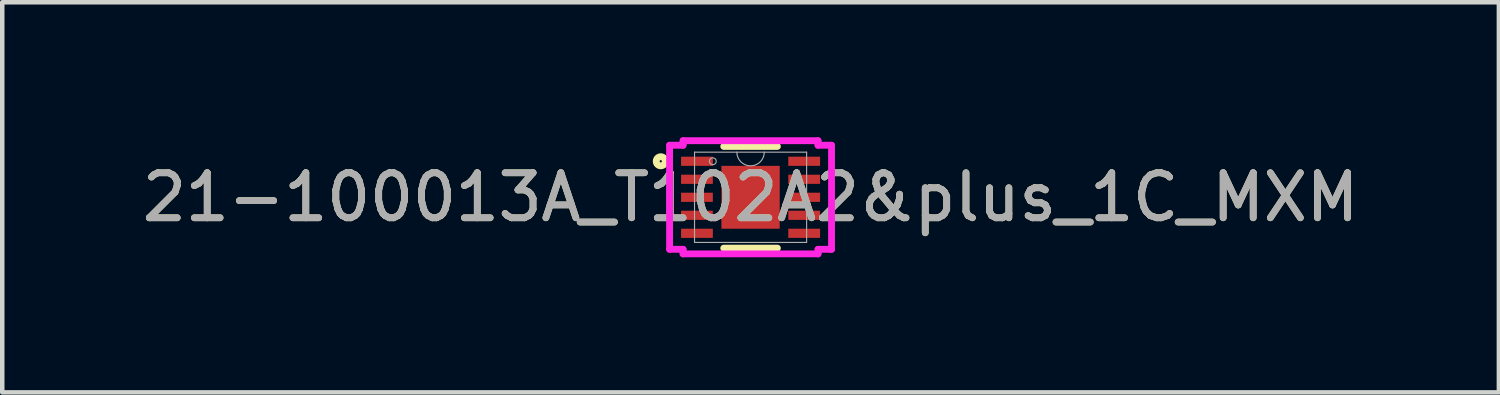
<source format=kicad_pcb>
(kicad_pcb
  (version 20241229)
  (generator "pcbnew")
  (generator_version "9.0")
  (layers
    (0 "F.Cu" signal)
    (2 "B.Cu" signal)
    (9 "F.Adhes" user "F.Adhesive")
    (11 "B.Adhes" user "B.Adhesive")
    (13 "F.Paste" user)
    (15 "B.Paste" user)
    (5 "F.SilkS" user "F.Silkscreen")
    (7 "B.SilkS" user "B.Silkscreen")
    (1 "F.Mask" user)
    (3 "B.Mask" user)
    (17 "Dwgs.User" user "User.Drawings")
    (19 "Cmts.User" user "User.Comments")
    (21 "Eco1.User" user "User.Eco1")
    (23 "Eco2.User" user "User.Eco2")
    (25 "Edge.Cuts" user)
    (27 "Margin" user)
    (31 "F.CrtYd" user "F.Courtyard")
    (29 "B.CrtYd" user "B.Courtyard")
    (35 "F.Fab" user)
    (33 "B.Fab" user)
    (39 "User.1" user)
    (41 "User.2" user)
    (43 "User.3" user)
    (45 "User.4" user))
  (footprint "21-100013A_T102A2&plus_1C_MXM"
    (layer "F.Cu")
    (at 13.625 1.333)
    (property "Reference" "21-100013A_T102A2&plus_1C_MXM" (at 0 0 0) (unlocked yes) (layer "F.SilkS") (effects (font (size 1 1) (thickness 0.15))))
    (attr smd)
    (fp_line (start -0.596 1.13) (end 0.596 1.13) (stroke (width 0.152) (type solid)) (layer "F.SilkS"))
    (fp_line (start 0.596 -1.13) (end -0.596 -1.13) (stroke (width 0.152) (type solid)) (layer "F.SilkS"))
    (fp_circle (center -1.995 -0.8) (end -1.894 -0.8) (stroke (width 0.152) (type solid)) (fill no) (layer "F.SilkS"))
    (fp_line (start -1.799 -1.156) (end -1.499 -1.156) (stroke (width 0.152) (type solid)) (layer "F.CrtYd"))
    (fp_line (start -1.799 1.156) (end -1.799 -1.156) (stroke (width 0.152) (type solid)) (layer "F.CrtYd"))
    (fp_line (start -1.799 1.156) (end -1.499 1.156) (stroke (width 0.152) (type solid)) (layer "F.CrtYd"))
    (fp_line (start -1.499 -1.257) (end 1.499 -1.257) (stroke (width 0.152) (type solid)) (layer "F.CrtYd"))
    (fp_line (start -1.499 -1.156) (end -1.499 -1.257) (stroke (width 0.152) (type solid)) (layer "F.CrtYd"))
    (fp_line (start -1.499 1.257) (end -1.499 1.156) (stroke (width 0.152) (type solid)) (layer "F.CrtYd"))
    (fp_line (start 1.499 -1.257) (end 1.499 -1.156) (stroke (width 0.152) (type solid)) (layer "F.CrtYd"))
    (fp_line (start 1.499 1.156) (end 1.499 1.257) (stroke (width 0.152) (type solid)) (layer "F.CrtYd"))
    (fp_line (start 1.499 1.257) (end -1.499 1.257) (stroke (width 0.152) (type solid)) (layer "F.CrtYd"))
    (fp_line (start 1.799 -1.156) (end 1.499 -1.156) (stroke (width 0.152) (type solid)) (layer "F.CrtYd"))
    (fp_line (start 1.799 -1.156) (end 1.799 1.156) (stroke (width 0.152) (type solid)) (layer "F.CrtYd"))
    (fp_line (start 1.799 1.156) (end 1.499 1.156) (stroke (width 0.152) (type solid)) (layer "F.CrtYd"))
    (fp_line (start -1.245 -1.003) (end -1.245 1.003) (stroke (width 0.025) (type solid)) (layer "F.Fab"))
    (fp_line (start -1.245 1.003) (end 1.245 1.003) (stroke (width 0.025) (type solid)) (layer "F.Fab"))
    (fp_line (start 1.245 -1.003) (end -1.245 -1.003) (stroke (width 0.025) (type solid)) (layer "F.Fab"))
    (fp_line (start 1.245 1.003) (end 1.245 -1.003) (stroke (width 0.025) (type solid)) (layer "F.Fab"))
    (fp_arc (start 0.3048 -1.0033) (mid 0 -0.6985) (end -0.3048 -1.0033) (stroke (width 0.0254) (type solid)) (layer "F.Fab"))
    (fp_circle (center -0.838 -0.8) (end -0.762 -0.8) (stroke (width 0.025) (type solid)) (fill no) (layer "F.Fab"))
    (fp_text user "${REFERENCE}" (at 0 0 0) (unlocked yes) (layer "F.Fab") (effects (font (size 1 1) (thickness 0.15))))
    (pad "1" smd rect (at -1.191 -0.8) (size 0.706 0.204) (layers "F.Cu" "F.Mask" "F.Paste"))
    (pad "2" smd rect (at -1.191 -0.4) (size 0.706 0.204) (layers "F.Cu" "F.Mask" "F.Paste"))
    (pad "3" smd rect (at -1.191 0) (size 0.706 0.204) (layers "F.Cu" "F.Mask" "F.Paste"))
    (pad "4" smd rect (at -1.191 0.4) (size 0.706 0.204) (layers "F.Cu" "F.Mask" "F.Paste"))
    (pad "5" smd rect (at -1.191 0.8) (size 0.706 0.204) (layers "F.Cu" "F.Mask" "F.Paste"))
    (pad "6" smd rect (at 1.191 0.8) (size 0.706 0.204) (layers "F.Cu" "F.Mask" "F.Paste"))
    (pad "7" smd rect (at 1.191 0.4) (size 0.706 0.204) (layers "F.Cu" "F.Mask" "F.Paste"))
    (pad "8" smd rect (at 1.191 0) (size 0.706 0.204) (layers "F.Cu" "F.Mask" "F.Paste"))
    (pad "9" smd rect (at 1.191 -0.4) (size 0.706 0.204) (layers "F.Cu" "F.Mask" "F.Paste"))
    (pad "10" smd rect (at 1.191 -0.8) (size 0.706 0.204) (layers "F.Cu" "F.Mask" "F.Paste"))
    (pad "11" smd rect (at 0 0) (size 1.295 1.397) (layers "F.Cu" "F.Mask" "F.Paste")))
  (gr_rect
    (start -3 -3)
    (end 30.25 5.667)
    (stroke (width 0.1) (type default))
    (fill no)
    (layer "Edge.Cuts")))
</source>
